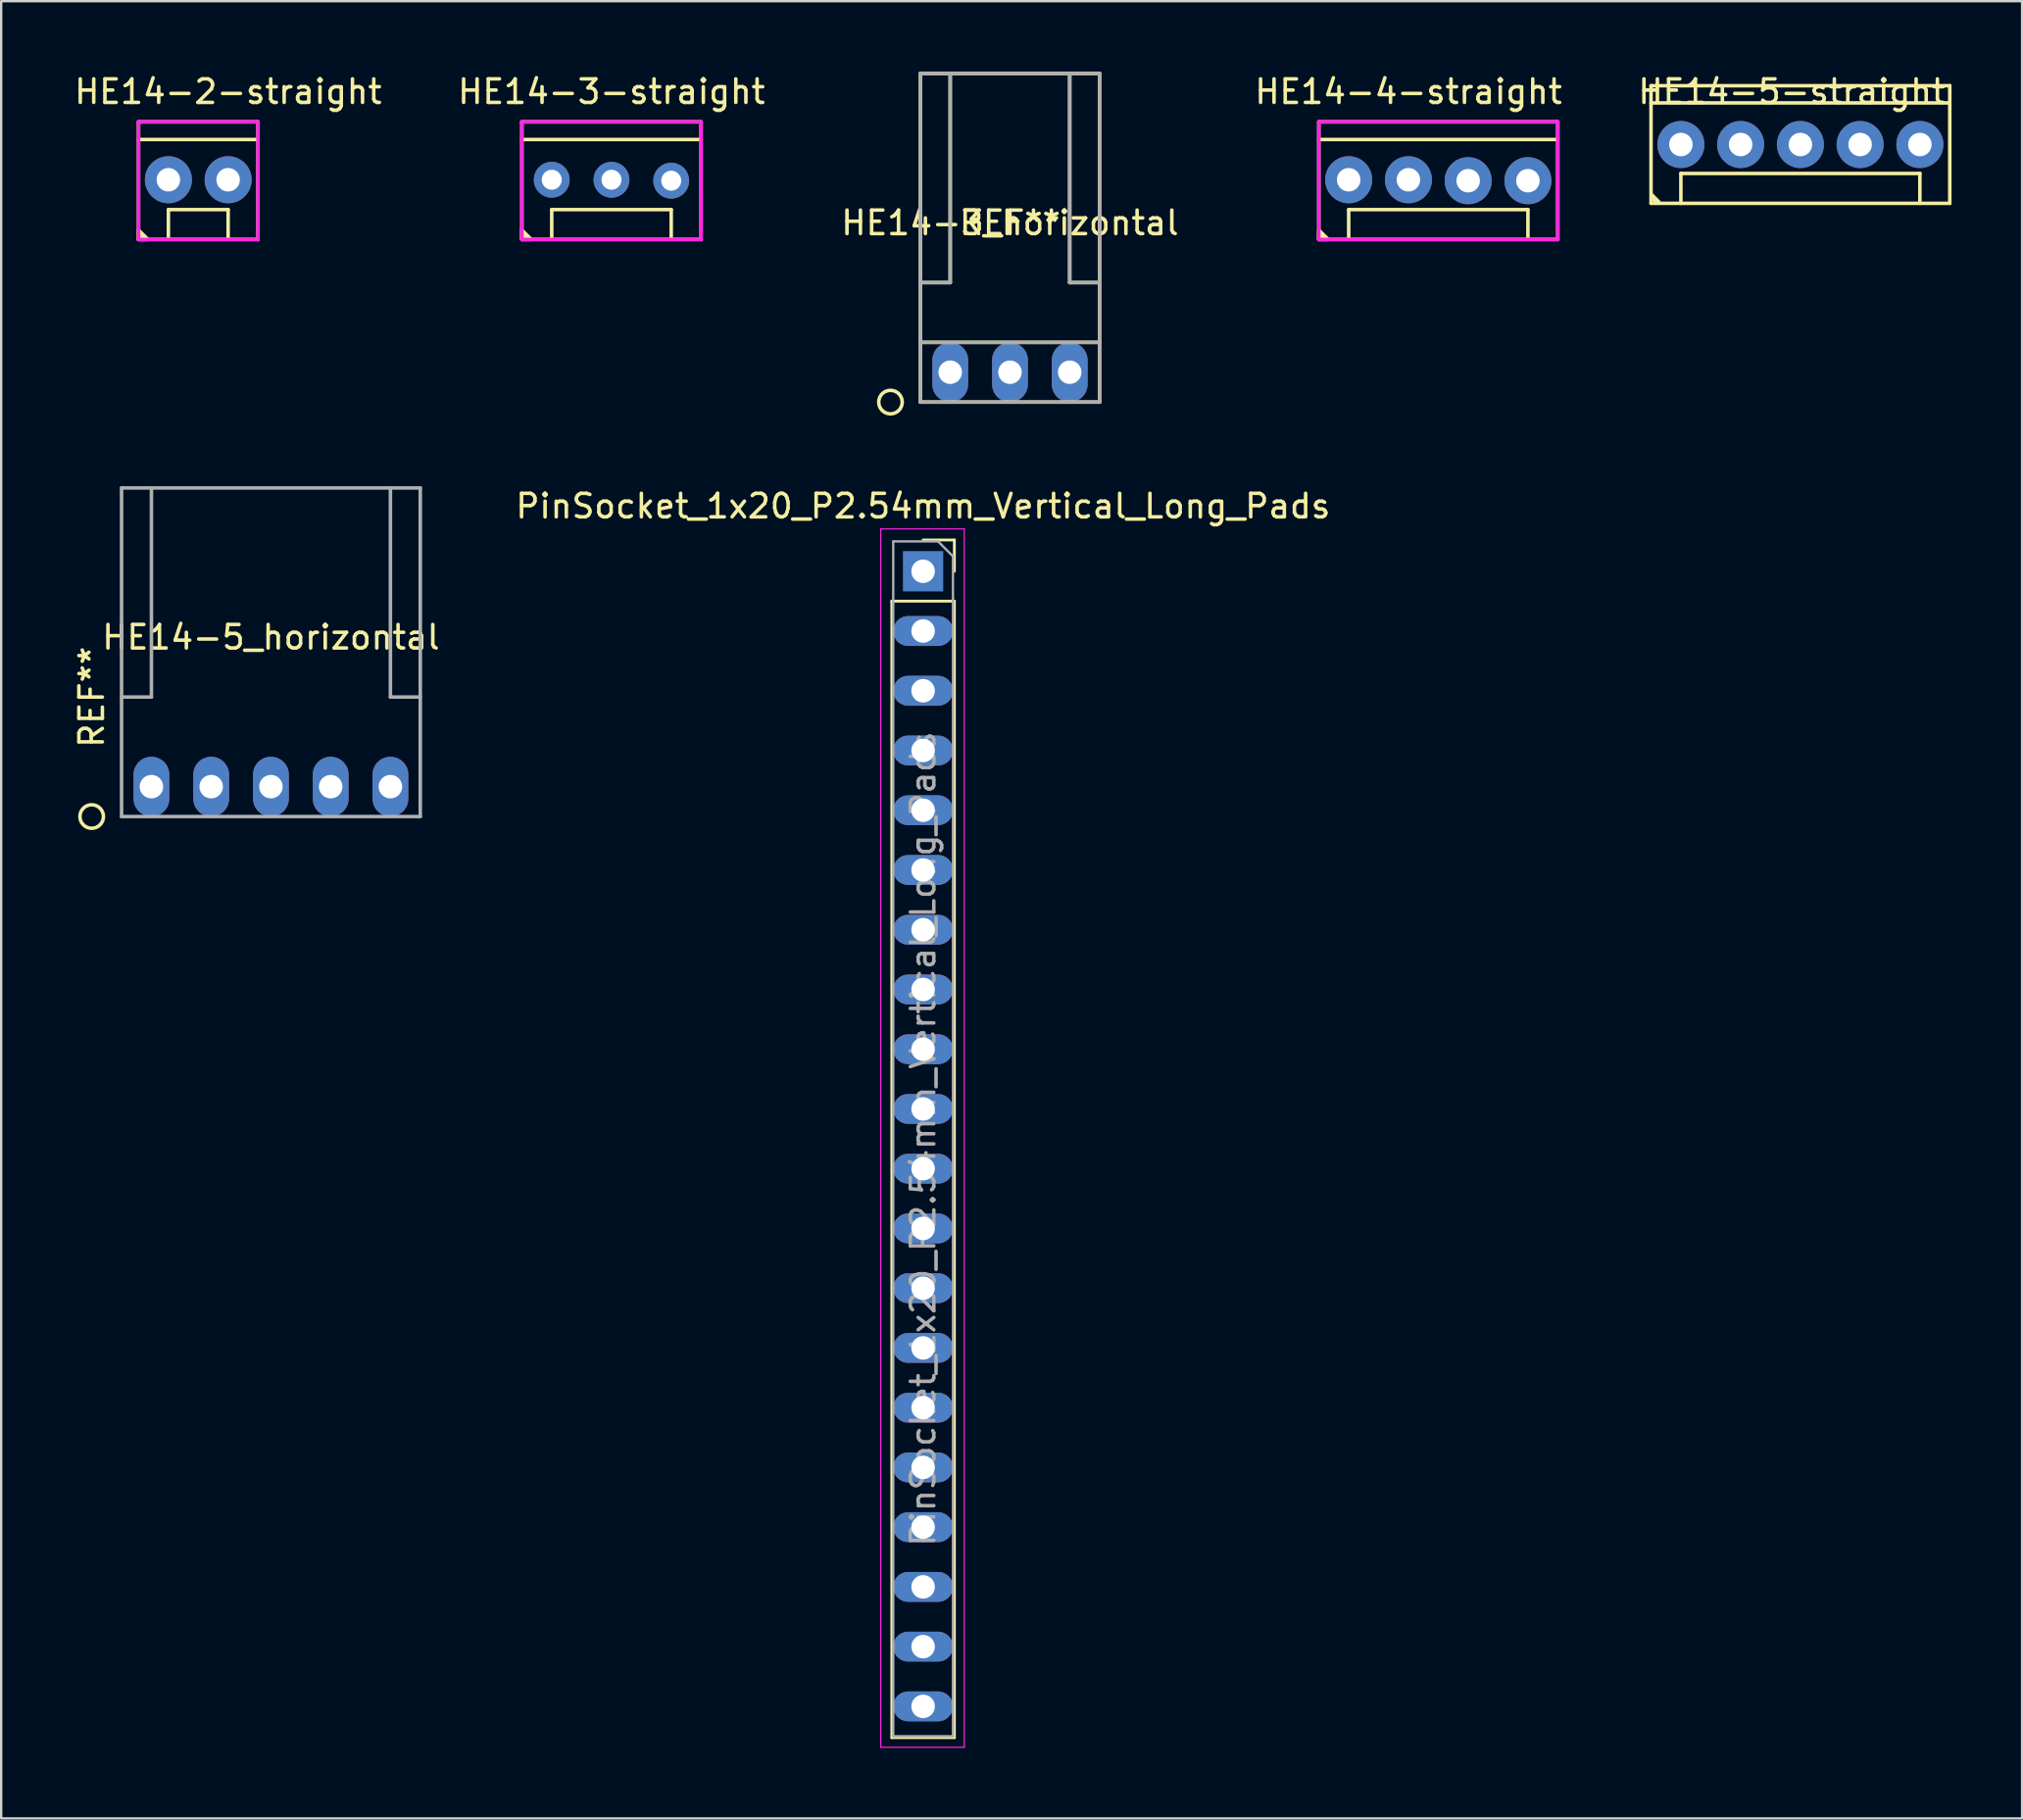
<source format=kicad_pcb>
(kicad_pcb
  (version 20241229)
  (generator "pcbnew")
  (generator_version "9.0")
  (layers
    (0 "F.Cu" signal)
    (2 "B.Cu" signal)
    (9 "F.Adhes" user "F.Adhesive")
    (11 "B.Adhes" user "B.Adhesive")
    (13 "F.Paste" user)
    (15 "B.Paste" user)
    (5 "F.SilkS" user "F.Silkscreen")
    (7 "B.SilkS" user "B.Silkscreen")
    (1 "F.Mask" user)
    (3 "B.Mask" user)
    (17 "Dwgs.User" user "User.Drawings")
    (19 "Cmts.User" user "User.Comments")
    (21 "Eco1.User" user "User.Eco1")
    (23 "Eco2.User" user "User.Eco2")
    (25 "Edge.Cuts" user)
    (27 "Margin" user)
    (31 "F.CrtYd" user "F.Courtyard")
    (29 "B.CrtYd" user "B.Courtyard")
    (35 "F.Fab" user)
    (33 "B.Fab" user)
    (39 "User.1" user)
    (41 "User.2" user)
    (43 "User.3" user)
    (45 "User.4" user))
  (footprint "HE14-3_horizontal"
    (layer "F.Cu")
    (at 39.887 8.965)
    (property "Reference" "HE14-3_horizontal" (at 0 -2.54 0) (layer "F.SilkS") (effects (font (size 1 1) (thickness 0.15))))
    (attr through_hole)
    (fp_line (start -3.81 -8.89) (end -3.81 2.54) (stroke (width 0.15) (type solid)) (layer "F.SilkS"))
    (fp_line (start -3.81 0) (end -2.54 0) (stroke (width 0.15) (type solid)) (layer "F.SilkS"))
    (fp_line (start -3.81 2.54) (end 3.81 2.54) (stroke (width 0.15) (type solid)) (layer "F.SilkS"))
    (fp_line (start -3.81 5.08) (end -3.81 2.54) (stroke (width 0.15) (type solid)) (layer "F.SilkS"))
    (fp_line (start -2.54 0) (end -2.54 -8.89) (stroke (width 0.15) (type solid)) (layer "F.SilkS"))
    (fp_line (start 2.54 -8.89) (end 2.54 0) (stroke (width 0.15) (type solid)) (layer "F.SilkS"))
    (fp_line (start 2.54 0) (end 3.81 0) (stroke (width 0.15) (type solid)) (layer "F.SilkS"))
    (fp_line (start 3.81 -8.89) (end -3.81 -8.89) (stroke (width 0.15) (type solid)) (layer "F.SilkS"))
    (fp_line (start 3.81 -8.89) (end 3.81 2.54) (stroke (width 0.15) (type solid)) (layer "F.SilkS"))
    (fp_line (start 3.81 2.54) (end 3.81 5.08) (stroke (width 0.15) (type solid)) (layer "F.SilkS"))
    (fp_line (start 3.81 5.08) (end -3.81 5.08) (stroke (width 0.15) (type solid)) (layer "F.SilkS"))
    (fp_circle (center -5.08 5.08) (end -4.58 5.08) (stroke (width 0.15) (type solid)) (fill no) (layer "F.SilkS"))
    (fp_line (start -3.81 -8.89) (end -3.81 5.08) (stroke (width 0.15) (type solid)) (layer "F.Fab"))
    (fp_line (start -3.81 5.08) (end 3.81 5.08) (stroke (width 0.15) (type solid)) (layer "F.Fab"))
    (fp_line (start -2.54 -8.89) (end -2.54 0) (stroke (width 0.15) (type solid)) (layer "F.Fab"))
    (fp_line (start -2.54 0) (end -3.81 0) (stroke (width 0.15) (type solid)) (layer "F.Fab"))
    (fp_line (start 2.54 -8.89) (end 2.54 0) (stroke (width 0.15) (type solid)) (layer "F.Fab"))
    (fp_line (start 2.54 0) (end 3.81 0) (stroke (width 0.15) (type solid)) (layer "F.Fab"))
    (fp_line (start 3.81 -8.89) (end -3.81 -8.89) (stroke (width 0.15) (type solid)) (layer "F.Fab"))
    (fp_line (start 3.81 2.54) (end -3.81 2.54) (stroke (width 0.15) (type solid)) (layer "F.Fab"))
    (fp_line (start 3.81 5.08) (end 3.81 -8.89) (stroke (width 0.15) (type solid)) (layer "F.Fab"))
    (fp_text user "REF**" (at 0 -2.54 180) (layer "F.SilkS") (effects (font (size 1 1) (thickness 0.15))))
    (pad "1" thru_hole oval (at -2.54 3.81) (size 1.524 2.54) (drill 1) (layers "*.Cu" "*.Mask"))
    (pad "2" thru_hole oval (at 0 3.81) (size 1.524 2.54) (drill 1) (layers "*.Cu" "*.Mask"))
    (pad "3" thru_hole oval (at 2.54 3.81) (size 1.524 2.54) (drill 1) (layers "*.Cu" "*.Mask")))
  (footprint "HE14-5_horizontal"
    (layer "F.Cu")
    (at 5.928 26.585)
    (property "Reference" "HE14-5_horizontal" (at 2.54 -2.54 0) (layer "F.SilkS") (effects (font (size 1 1) (thickness 0.15))))
    (attr through_hole)
    (fp_circle (center -5.08 5.08) (end -4.58 5.08) (stroke (width 0.15) (type solid)) (fill no) (layer "F.SilkS"))
    (fp_line (start -3.81 -8.89) (end -3.81 5.08) (stroke (width 0.15) (type solid)) (layer "F.Fab"))
    (fp_line (start -3.81 -8.89) (end 8.89 -8.89) (stroke (width 0.15) (type solid)) (layer "F.Fab"))
    (fp_line (start -3.81 5.08) (end 8.89 5.08) (stroke (width 0.15) (type solid)) (layer "F.Fab"))
    (fp_line (start -2.54 -8.89) (end -2.54 0) (stroke (width 0.15) (type solid)) (layer "F.Fab"))
    (fp_line (start -2.54 0) (end -3.81 0) (stroke (width 0.15) (type solid)) (layer "F.Fab"))
    (fp_line (start 7.62 -8.89) (end 7.62 0) (stroke (width 0.15) (type solid)) (layer "F.Fab"))
    (fp_line (start 7.62 0) (end 8.89 0) (stroke (width 0.15) (type solid)) (layer "F.Fab"))
    (fp_line (start 8.89 5.08) (end 8.89 -8.89) (stroke (width 0.15) (type solid)) (layer "F.Fab"))
    (fp_text user "REF**" (at -5.08 0 90) (layer "F.SilkS") (effects (font (size 1 1) (thickness 0.15))))
    (pad "1" thru_hole oval (at -2.54 3.81) (size 1.524 2.54) (drill 1) (layers "*.Cu" "*.Mask"))
    (pad "2" thru_hole oval (at 0 3.81) (size 1.524 2.54) (drill 1) (layers "*.Cu" "*.Mask"))
    (pad "3" thru_hole oval (at 2.54 3.81) (size 1.524 2.54) (drill 1) (layers "*.Cu" "*.Mask"))
    (pad "4" thru_hole oval (at 5.08 3.81) (size 1.524 2.54) (drill 1) (layers "*.Cu" "*.Mask"))
    (pad "5" thru_hole oval (at 7.62 3.81) (size 1.524 2.54) (drill 1) (layers "*.Cu" "*.Mask")))
  (footprint "HE14-3-straight"
    (layer "F.Cu")
    (at 22.946 3.848)
    (property "Reference" "HE14-3-straight" (at 0 -3 0) (layer "F.SilkS") (effects (font (size 1 1) (thickness 0.15))))
    (attr through_hole)
    (fp_line (start -3.81 3.284) (end -3.81 -1.716) (stroke (width 0.15) (type solid)) (layer "F.SilkS"))
    (fp_line (start -2.54 2.014) (end -2.54 3.284) (stroke (width 0.15) (type solid)) (layer "F.SilkS"))
    (fp_line (start 2.54 2.014) (end -2.54 2.014) (stroke (width 0.15) (type solid)) (layer "F.SilkS"))
    (fp_line (start 2.54 3.284) (end 2.54 2.014) (stroke (width 0.15) (type solid)) (layer "F.SilkS"))
    (fp_line (start 3.81 -1.716) (end -3.81 -1.716) (stroke (width 0.15) (type solid)) (layer "F.SilkS"))
    (fp_line (start 3.81 -0.966) (end -3.81 -0.966) (stroke (width 0.15) (type solid)) (layer "F.SilkS"))
    (fp_line (start 3.81 3.284) (end -3.81 3.284) (stroke (width 0.15) (type solid)) (layer "F.SilkS"))
    (fp_line (start 3.81 3.284) (end 3.81 -1.716) (stroke (width 0.15) (type solid)) (layer "F.SilkS"))
    (fp_poly (pts (xy -3.41 3.284) (xy -3.81 2.884) (xy -3.81 3.284)) (stroke (width 0.15) (type solid)) (fill yes) (layer "F.SilkS"))
    (fp_line (start -3.81 3.284) (end -3.81 -1.716) (stroke (width 0.15) (type solid)) (layer "F.CrtYd"))
    (fp_line (start 3.81 -1.716) (end -3.81 -1.716) (stroke (width 0.15) (type solid)) (layer "F.CrtYd"))
    (fp_line (start 3.81 -1.716) (end 3.81 3.284) (stroke (width 0.15) (type solid)) (layer "F.CrtYd"))
    (fp_line (start 3.81 3.284) (end -3.81 3.284) (stroke (width 0.15) (type solid)) (layer "F.CrtYd"))
    (pad "1" thru_hole circle (at -2.54 0.744 180) (size 1.524 1.524) (drill 0.85) (layers "*.Cu" "*.Mask"))
    (pad "2" thru_hole circle (at 0 0.744 180) (size 1.524 1.524) (drill 0.85) (layers "*.Cu" "*.Mask"))
    (pad "3" thru_hole circle (at 2.54 0.784 180) (size 1.524 1.524) (drill 0.85) (layers "*.Cu" "*.Mask")))
  (footprint "HE14-5-straight"
    (layer "F.Cu")
    (at 73.112 2.499)
    (property "Reference" "HE14-5-straight" (at 0.013 -1.651 0) (layer "F.SilkS") (effects (font (size 1 1) (thickness 0.15))))
    (attr through_hole)
    (fp_line (start -5.971 -1.905) (end -5.971 3.095) (stroke (width 0.15) (type solid)) (layer "F.SilkS"))
    (fp_line (start -5.971 -1.905) (end 6.729 -1.905) (stroke (width 0.15) (type solid)) (layer "F.SilkS"))
    (fp_line (start -5.971 -1.175) (end 6.729 -1.175) (stroke (width 0.15) (type solid)) (layer "F.SilkS"))
    (fp_line (start -5.971 3.095) (end 6.729 3.095) (stroke (width 0.15) (type solid)) (layer "F.SilkS"))
    (fp_line (start -5.918 2.756) (end -5.639 3.035) (stroke (width 0.15) (type solid)) (layer "F.SilkS"))
    (fp_line (start -5.918 2.87) (end -5.728 3.086) (stroke (width 0.15) (type solid)) (layer "F.SilkS"))
    (fp_line (start -5.728 3.086) (end -5.918 2.756) (stroke (width 0.15) (type solid)) (layer "F.SilkS"))
    (fp_line (start -4.702 1.825) (end -4.702 3.095) (stroke (width 0.15) (type solid)) (layer "F.SilkS"))
    (fp_line (start -4.702 1.825) (end 5.458 1.825) (stroke (width 0.15) (type solid)) (layer "F.SilkS"))
    (fp_line (start 5.458 1.825) (end 5.458 3.095) (stroke (width 0.15) (type solid)) (layer "F.SilkS"))
    (fp_line (start 6.729 -1.905) (end 6.729 3.095) (stroke (width 0.15) (type solid)) (layer "F.SilkS"))
    (pad "1" thru_hole circle (at -4.702 0.595) (size 2 2) (drill 1) (layers "*.Cu" "*.Mask"))
    (pad "2" thru_hole circle (at -2.162 0.595) (size 2 2) (drill 1) (layers "*.Cu" "*.Mask"))
    (pad "3" thru_hole circle (at 0.379 0.595) (size 2 2) (drill 1) (layers "*.Cu" "*.Mask"))
    (pad "4" thru_hole circle (at 2.918 0.595) (size 2 2) (drill 1) (layers "*.Cu" "*.Mask"))
    (pad "5" thru_hole circle (at 5.458 0.595) (size 2 2) (drill 1) (layers "*.Cu" "*.Mask")))
  (footprint "HE14-4-straight"
    (layer "F.Cu")
    (at 56.827 3.848)
    (property "Reference" "HE14-4-straight" (at 0 -3 0) (layer "F.SilkS") (effects (font (size 1 1) (thickness 0.15))))
    (attr through_hole)
    (fp_line (start -3.81 3.284) (end -3.81 -1.716) (stroke (width 0.15) (type solid)) (layer "F.SilkS"))
    (fp_line (start -2.54 2.014) (end -2.54 3.284) (stroke (width 0.15) (type solid)) (layer "F.SilkS"))
    (fp_line (start 5.08 2.014) (end -2.54 2.014) (stroke (width 0.15) (type solid)) (layer "F.SilkS"))
    (fp_line (start 5.08 3.284) (end 5.08 2.014) (stroke (width 0.15) (type solid)) (layer "F.SilkS"))
    (fp_line (start 6.35 -1.716) (end -3.81 -1.716) (stroke (width 0.15) (type solid)) (layer "F.SilkS"))
    (fp_line (start 6.35 -0.966) (end -3.81 -0.966) (stroke (width 0.15) (type solid)) (layer "F.SilkS"))
    (fp_line (start 6.35 3.284) (end -3.81 3.284) (stroke (width 0.15) (type solid)) (layer "F.SilkS"))
    (fp_line (start 6.35 3.284) (end 6.35 -1.716) (stroke (width 0.15) (type solid)) (layer "F.SilkS"))
    (fp_poly (pts (xy -3.41 3.284) (xy -3.81 2.884) (xy -3.81 3.284)) (stroke (width 0.15) (type solid)) (fill yes) (layer "F.SilkS"))
    (fp_line (start -3.81 3.284) (end -3.81 -1.716) (stroke (width 0.15) (type solid)) (layer "F.CrtYd"))
    (fp_line (start 6.35 -1.716) (end -3.81 -1.716) (stroke (width 0.15) (type solid)) (layer "F.CrtYd"))
    (fp_line (start 6.35 -1.716) (end 6.35 3.284) (stroke (width 0.15) (type solid)) (layer "F.CrtYd"))
    (fp_line (start 6.35 3.284) (end -3.81 3.284) (stroke (width 0.15) (type solid)) (layer "F.CrtYd"))
    (pad "1" thru_hole circle (at -2.54 0.744 180) (size 2 2) (drill 1) (layers "*.Cu" "*.Mask"))
    (pad "2" thru_hole circle (at 0 0.744 180) (size 2 2) (drill 1) (layers "*.Cu" "*.Mask"))
    (pad "3" thru_hole circle (at 2.54 0.784 180) (size 2 2) (drill 1) (layers "*.Cu" "*.Mask"))
    (pad "4" thru_hole circle (at 5.08 0.784 180) (size 2 2) (drill 1) (layers "*.Cu" "*.Mask")))
  (footprint "PinSocket_1x20_P2.54mm_Vertical_Long_Pads"
    (layer "F.Cu")
    (at 36.194 21.238)
    (property "Reference" "PinSocket_1x20_P2.54mm_Vertical_Long_Pads" (at 0 -2.77 0) (layer "F.SilkS") (effects (font (size 1 1) (thickness 0.15))))
    (attr through_hole)
    (fp_line (start -1.33 1.27) (end -1.33 49.59) (stroke (width 0.12) (type solid)) (layer "F.SilkS"))
    (fp_line (start -1.33 1.27) (end 1.33 1.27) (stroke (width 0.12) (type solid)) (layer "F.SilkS"))
    (fp_line (start -1.33 49.59) (end 1.33 49.59) (stroke (width 0.12) (type solid)) (layer "F.SilkS"))
    (fp_line (start 0 -1.33) (end 1.33 -1.33) (stroke (width 0.12) (type solid)) (layer "F.SilkS"))
    (fp_line (start 1.33 -1.33) (end 1.33 0) (stroke (width 0.12) (type solid)) (layer "F.SilkS"))
    (fp_line (start 1.33 1.27) (end 1.33 49.59) (stroke (width 0.12) (type solid)) (layer "F.SilkS"))
    (fp_line (start -1.8 -1.8) (end 1.75 -1.8) (stroke (width 0.05) (type solid)) (layer "F.CrtYd"))
    (fp_line (start -1.8 50) (end -1.8 -1.8) (stroke (width 0.05) (type solid)) (layer "F.CrtYd"))
    (fp_line (start 1.75 -1.8) (end 1.75 50) (stroke (width 0.05) (type solid)) (layer "F.CrtYd"))
    (fp_line (start 1.75 50) (end -1.8 50) (stroke (width 0.05) (type solid)) (layer "F.CrtYd"))
    (fp_line (start -1.27 -1.27) (end 0.635 -1.27) (stroke (width 0.1) (type solid)) (layer "F.Fab"))
    (fp_line (start -1.27 49.53) (end -1.27 -1.27) (stroke (width 0.1) (type solid)) (layer "F.Fab"))
    (fp_line (start 0.635 -1.27) (end 1.27 -0.635) (stroke (width 0.1) (type solid)) (layer "F.Fab"))
    (fp_line (start 1.27 -0.635) (end 1.27 49.53) (stroke (width 0.1) (type solid)) (layer "F.Fab"))
    (fp_line (start 1.27 49.53) (end -1.27 49.53) (stroke (width 0.1) (type solid)) (layer "F.Fab"))
    (fp_text user "${REFERENCE}" (at 0 24.13 90) (layer "F.Fab") (effects (font (size 1 1) (thickness 0.15))))
    (pad "1" thru_hole rect (at 0 0) (size 1.7 1.7) (drill 1) (layers "*.Cu" "*.Mask"))
    (pad "2" thru_hole oval (at 0 2.54) (size 2.54 1.27) (drill 1) (layers "*.Cu" "*.Mask"))
    (pad "3" thru_hole oval (at 0 5.08) (size 2.54 1.27) (drill 1) (layers "*.Cu" "*.Mask"))
    (pad "4" thru_hole oval (at 0 7.62) (size 2.54 1.27) (drill 1) (layers "*.Cu" "*.Mask"))
    (pad "5" thru_hole oval (at 0 10.16) (size 2.54 1.27) (drill 1) (layers "*.Cu" "*.Mask"))
    (pad "6" thru_hole oval (at 0 12.7) (size 2.54 1.27) (drill 1) (layers "*.Cu" "*.Mask"))
    (pad "7" thru_hole oval (at 0 15.24) (size 2.54 1.27) (drill 1) (layers "*.Cu" "*.Mask"))
    (pad "8" thru_hole oval (at 0 17.78) (size 2.54 1.27) (drill 1) (layers "*.Cu" "*.Mask"))
    (pad "9" thru_hole oval (at 0 20.32) (size 2.54 1.27) (drill 1) (layers "*.Cu" "*.Mask"))
    (pad "10" thru_hole oval (at 0 22.86) (size 2.54 1.27) (drill 1) (layers "*.Cu" "*.Mask"))
    (pad "11" thru_hole oval (at 0 25.4) (size 2.54 1.27) (drill 1) (layers "*.Cu" "*.Mask"))
    (pad "12" thru_hole oval (at 0 27.94) (size 2.54 1.27) (drill 1) (layers "*.Cu" "*.Mask"))
    (pad "13" thru_hole oval (at 0 30.48) (size 2.54 1.27) (drill 1) (layers "*.Cu" "*.Mask"))
    (pad "14" thru_hole oval (at 0 33.02) (size 2.54 1.27) (drill 1) (layers "*.Cu" "*.Mask"))
    (pad "15" thru_hole oval (at 0 35.56) (size 2.54 1.27) (drill 1) (layers "*.Cu" "*.Mask"))
    (pad "16" thru_hole oval (at 0 38.1) (size 2.54 1.27) (drill 1) (layers "*.Cu" "*.Mask"))
    (pad "17" thru_hole oval (at 0 40.64) (size 2.54 1.27) (drill 1) (layers "*.Cu" "*.Mask"))
    (pad "18" thru_hole oval (at 0 43.18) (size 2.54 1.27) (drill 1) (layers "*.Cu" "*.Mask"))
    (pad "19" thru_hole oval (at 0 45.72) (size 2.54 1.27) (drill 1) (layers "*.Cu" "*.Mask"))
    (pad "20" thru_hole oval (at 0 48.26) (size 2.54 1.27) (drill 1) (layers "*.Cu" "*.Mask")))
  (footprint "HE14-2-straight"
    (layer "F.Cu")
    (at 6.649 3.848)
    (property "Reference" "HE14-2-straight" (at 0 -3 0) (layer "F.SilkS") (effects (font (size 1 1) (thickness 0.15))))
    (attr through_hole)
    (fp_line (start -3.81 3.284) (end -3.81 -1.716) (stroke (width 0.15) (type solid)) (layer "F.SilkS"))
    (fp_line (start -2.54 2.014) (end -2.54 3.284) (stroke (width 0.15) (type solid)) (layer "F.SilkS"))
    (fp_line (start 0 2.014) (end -2.54 2.014) (stroke (width 0.15) (type solid)) (layer "F.SilkS"))
    (fp_line (start 0 3.284) (end 0 2.014) (stroke (width 0.15) (type solid)) (layer "F.SilkS"))
    (fp_line (start 1.27 -1.716) (end -3.81 -1.716) (stroke (width 0.15) (type solid)) (layer "F.SilkS"))
    (fp_line (start 1.27 -0.966) (end -3.81 -0.966) (stroke (width 0.15) (type solid)) (layer "F.SilkS"))
    (fp_line (start 1.27 3.284) (end -3.81 3.284) (stroke (width 0.15) (type solid)) (layer "F.SilkS"))
    (fp_line (start 1.27 3.284) (end 1.27 -1.716) (stroke (width 0.15) (type solid)) (layer "F.SilkS"))
    (fp_poly (pts (xy -3.41 3.284) (xy -3.81 2.884) (xy -3.81 3.284)) (stroke (width 0.15) (type solid)) (fill yes) (layer "F.SilkS"))
    (fp_line (start -3.81 3.284) (end -3.81 -1.716) (stroke (width 0.15) (type solid)) (layer "F.CrtYd"))
    (fp_line (start 1.27 -1.716) (end -3.81 -1.716) (stroke (width 0.15) (type solid)) (layer "F.CrtYd"))
    (fp_line (start 1.27 -1.716) (end 1.27 3.284) (stroke (width 0.15) (type solid)) (layer "F.CrtYd"))
    (fp_line (start 1.27 3.284) (end -3.81 3.284) (stroke (width 0.15) (type solid)) (layer "F.CrtYd"))
    (pad "1" thru_hole circle (at -2.54 0.744 180) (size 2 2) (drill 1) (layers "*.Cu" "*.Mask"))
    (pad "2" thru_hole circle (at 0 0.744 180) (size 2 2) (drill 1) (layers "*.Cu" "*.Mask")))
  (gr_rect
    (start -3 -3)
    (end 82.916 74.263)
    (stroke (width 0.1) (type default))
    (fill no)
    (layer "Edge.Cuts")))
</source>
